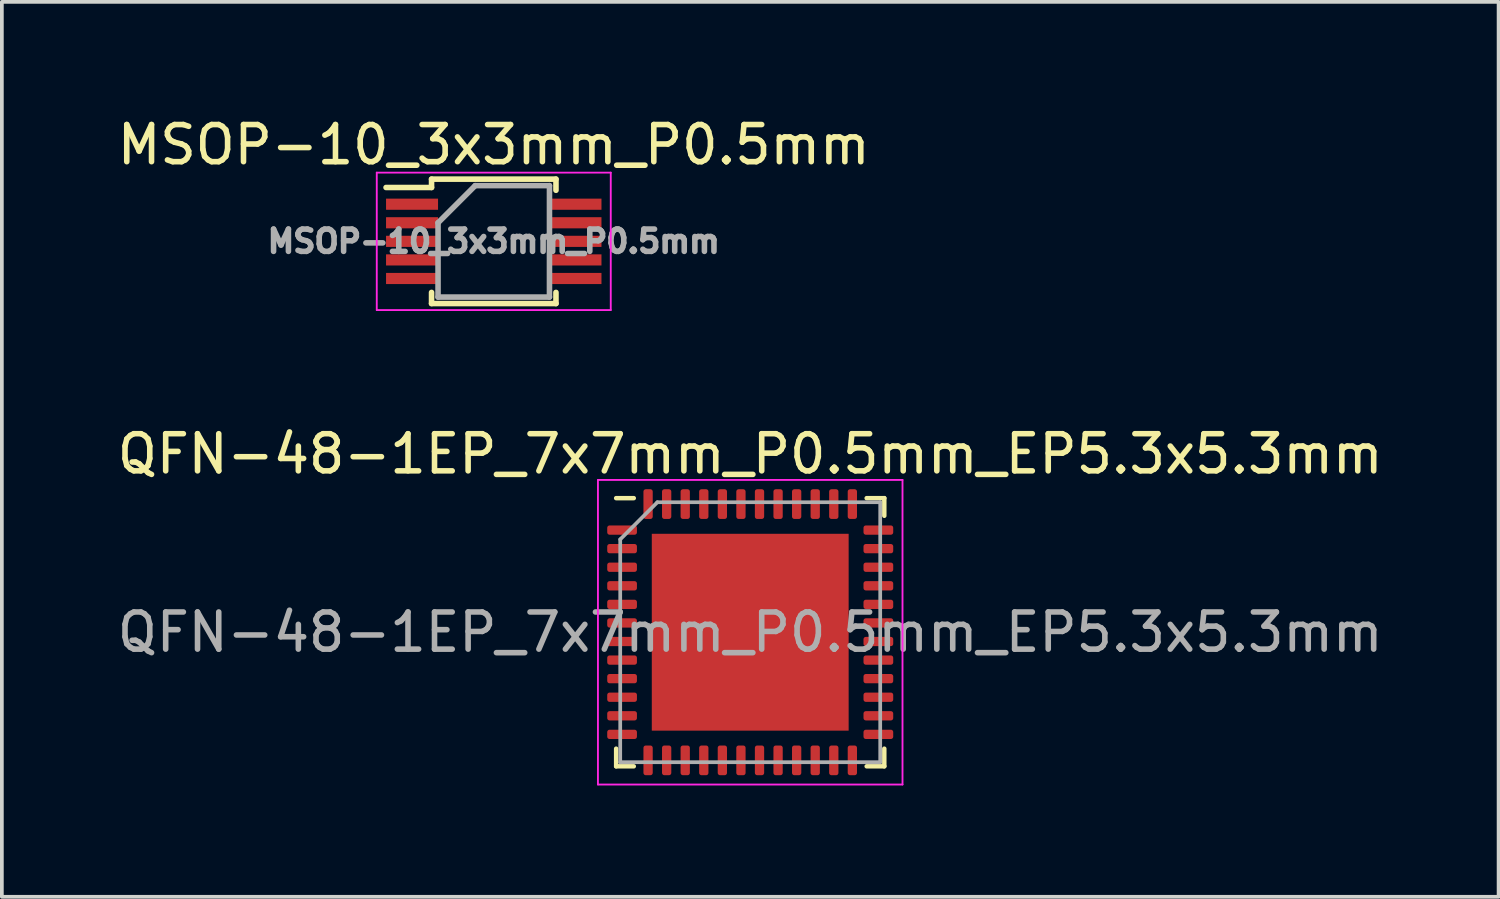
<source format=kicad_pcb>
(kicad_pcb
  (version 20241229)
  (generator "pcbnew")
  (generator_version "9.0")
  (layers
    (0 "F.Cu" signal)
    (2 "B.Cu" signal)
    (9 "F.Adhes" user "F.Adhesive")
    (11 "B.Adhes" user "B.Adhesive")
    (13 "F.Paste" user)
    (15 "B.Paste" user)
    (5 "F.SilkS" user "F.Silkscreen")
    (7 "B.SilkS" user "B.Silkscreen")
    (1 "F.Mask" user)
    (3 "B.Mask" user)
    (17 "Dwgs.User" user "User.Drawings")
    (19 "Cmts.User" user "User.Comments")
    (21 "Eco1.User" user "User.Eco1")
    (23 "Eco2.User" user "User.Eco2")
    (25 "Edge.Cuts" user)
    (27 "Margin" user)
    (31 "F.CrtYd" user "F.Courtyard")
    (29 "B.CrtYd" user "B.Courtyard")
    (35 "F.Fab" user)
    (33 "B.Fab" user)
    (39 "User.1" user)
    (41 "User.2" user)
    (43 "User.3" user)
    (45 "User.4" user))
  (footprint "MSOP-10_3x3mm_P0.5mm"
    (layer "F.Cu")
    (at 10.244 3.448)
    (property "Reference" "MSOP-10_3x3mm_P0.5mm" (at 0 -2.6 0) (layer "F.SilkS") (effects (font (size 1 1) (thickness 0.15))))
    (attr smd)
    (fp_line (start -1.675 -1.675) (end -1.675 -1.45) (stroke (width 0.15) (type solid)) (layer "F.SilkS"))
    (fp_line (start -1.675 -1.675) (end 1.675 -1.675) (stroke (width 0.15) (type solid)) (layer "F.SilkS"))
    (fp_line (start -1.675 -1.45) (end -2.9 -1.45) (stroke (width 0.15) (type solid)) (layer "F.SilkS"))
    (fp_line (start -1.675 1.675) (end -1.675 1.375) (stroke (width 0.15) (type solid)) (layer "F.SilkS"))
    (fp_line (start -1.675 1.675) (end 1.675 1.675) (stroke (width 0.15) (type solid)) (layer "F.SilkS"))
    (fp_line (start 1.675 -1.675) (end 1.675 -1.375) (stroke (width 0.15) (type solid)) (layer "F.SilkS"))
    (fp_line (start 1.675 1.675) (end 1.675 1.375) (stroke (width 0.15) (type solid)) (layer "F.SilkS"))
    (fp_line (start -3.15 -1.85) (end -3.15 1.85) (stroke (width 0.05) (type solid)) (layer "F.CrtYd"))
    (fp_line (start -3.15 -1.85) (end 3.15 -1.85) (stroke (width 0.05) (type solid)) (layer "F.CrtYd"))
    (fp_line (start -3.15 1.85) (end 3.15 1.85) (stroke (width 0.05) (type solid)) (layer "F.CrtYd"))
    (fp_line (start 3.15 -1.85) (end 3.15 1.85) (stroke (width 0.05) (type solid)) (layer "F.CrtYd"))
    (fp_line (start -1.5 -0.5) (end -0.5 -1.5) (stroke (width 0.15) (type solid)) (layer "F.Fab"))
    (fp_line (start -1.5 1.5) (end -1.5 -0.5) (stroke (width 0.15) (type solid)) (layer "F.Fab"))
    (fp_line (start -0.5 -1.5) (end 1.5 -1.5) (stroke (width 0.15) (type solid)) (layer "F.Fab"))
    (fp_line (start 1.5 -1.5) (end 1.5 1.5) (stroke (width 0.15) (type solid)) (layer "F.Fab"))
    (fp_line (start 1.5 1.5) (end -1.5 1.5) (stroke (width 0.15) (type solid)) (layer "F.Fab"))
    (fp_text user "${REFERENCE}" (at 0 0 0) (layer "F.Fab") (effects (font (size 0.6 0.6) (thickness 0.15))))
    (pad "1" smd rect (at -2.2 -1) (size 1.4 0.3) (layers "F.Cu" "F.Mask" "F.Paste"))
    (pad "2" smd rect (at -2.2 -0.5) (size 1.4 0.3) (layers "F.Cu" "F.Mask" "F.Paste"))
    (pad "3" smd rect (at -2.2 0) (size 1.4 0.3) (layers "F.Cu" "F.Mask" "F.Paste"))
    (pad "4" smd rect (at -2.2 0.5) (size 1.4 0.3) (layers "F.Cu" "F.Mask" "F.Paste"))
    (pad "5" smd rect (at -2.2 1) (size 1.4 0.3) (layers "F.Cu" "F.Mask" "F.Paste"))
    (pad "6" smd rect (at 2.2 1) (size 1.4 0.3) (layers "F.Cu" "F.Mask" "F.Paste"))
    (pad "7" smd rect (at 2.2 0.5) (size 1.4 0.3) (layers "F.Cu" "F.Mask" "F.Paste"))
    (pad "8" smd rect (at 2.2 0) (size 1.4 0.3) (layers "F.Cu" "F.Mask" "F.Paste"))
    (pad "9" smd rect (at 2.2 -0.5) (size 1.4 0.3) (layers "F.Cu" "F.Mask" "F.Paste"))
    (pad "10" smd rect (at 2.2 -1) (size 1.4 0.3) (layers "F.Cu" "F.Mask" "F.Paste")))
  (footprint "QFN-48-1EP_7x7mm_P0.5mm_EP5.3x5.3mm"
    (layer "F.Cu")
    (at 17.149 13.972)
    (property "Reference" "QFN-48-1EP_7x7mm_P0.5mm_EP5.3x5.3mm" (at 0 -4.8 0) (layer "F.SilkS") (effects (font (size 1 1) (thickness 0.15))))
    (attr smd)
    (fp_line (start -3.61 3.61) (end -3.61 3.135) (stroke (width 0.12) (type solid)) (layer "F.SilkS"))
    (fp_line (start -3.135 -3.61) (end -3.61 -3.61) (stroke (width 0.12) (type solid)) (layer "F.SilkS"))
    (fp_line (start -3.135 3.61) (end -3.61 3.61) (stroke (width 0.12) (type solid)) (layer "F.SilkS"))
    (fp_line (start 3.135 -3.61) (end 3.61 -3.61) (stroke (width 0.12) (type solid)) (layer "F.SilkS"))
    (fp_line (start 3.135 3.61) (end 3.61 3.61) (stroke (width 0.12) (type solid)) (layer "F.SilkS"))
    (fp_line (start 3.61 -3.61) (end 3.61 -3.135) (stroke (width 0.12) (type solid)) (layer "F.SilkS"))
    (fp_line (start 3.61 3.61) (end 3.61 3.135) (stroke (width 0.12) (type solid)) (layer "F.SilkS"))
    (fp_line (start -4.1 -4.1) (end -4.1 4.1) (stroke (width 0.05) (type solid)) (layer "F.CrtYd"))
    (fp_line (start -4.1 4.1) (end 4.1 4.1) (stroke (width 0.05) (type solid)) (layer "F.CrtYd"))
    (fp_line (start 4.1 -4.1) (end -4.1 -4.1) (stroke (width 0.05) (type solid)) (layer "F.CrtYd"))
    (fp_line (start 4.1 4.1) (end 4.1 -4.1) (stroke (width 0.05) (type solid)) (layer "F.CrtYd"))
    (fp_line (start -3.5 -2.5) (end -2.5 -3.5) (stroke (width 0.1) (type solid)) (layer "F.Fab"))
    (fp_line (start -3.5 3.5) (end -3.5 -2.5) (stroke (width 0.1) (type solid)) (layer "F.Fab"))
    (fp_line (start -2.5 -3.5) (end 3.5 -3.5) (stroke (width 0.1) (type solid)) (layer "F.Fab"))
    (fp_line (start 3.5 -3.5) (end 3.5 3.5) (stroke (width 0.1) (type solid)) (layer "F.Fab"))
    (fp_line (start 3.5 3.5) (end -3.5 3.5) (stroke (width 0.1) (type solid)) (layer "F.Fab"))
    (fp_text user "${REFERENCE}" (at 0 0 0) (layer "F.Fab") (effects (font (size 1 1) (thickness 0.15))))
    (pad "" smd roundrect (at -1.98 -1.98) (size 1.07 1.07) (layers "F.Paste") (roundrect_rratio 0.234))
    (pad "" smd roundrect (at -1.98 -0.66) (size 1.07 1.07) (layers "F.Paste") (roundrect_rratio 0.234))
    (pad "" smd roundrect (at -1.98 0.66) (size 1.07 1.07) (layers "F.Paste") (roundrect_rratio 0.234))
    (pad "" smd roundrect (at -1.98 1.98) (size 1.07 1.07) (layers "F.Paste") (roundrect_rratio 0.234))
    (pad "" smd roundrect (at -0.66 -1.98) (size 1.07 1.07) (layers "F.Paste") (roundrect_rratio 0.234))
    (pad "" smd roundrect (at -0.66 -0.66) (size 1.07 1.07) (layers "F.Paste") (roundrect_rratio 0.234))
    (pad "" smd roundrect (at -0.66 0.66) (size 1.07 1.07) (layers "F.Paste") (roundrect_rratio 0.234))
    (pad "" smd roundrect (at -0.66 1.98) (size 1.07 1.07) (layers "F.Paste") (roundrect_rratio 0.234))
    (pad "" smd roundrect (at 0.66 -1.98) (size 1.07 1.07) (layers "F.Paste") (roundrect_rratio 0.234))
    (pad "" smd roundrect (at 0.66 -0.66) (size 1.07 1.07) (layers "F.Paste") (roundrect_rratio 0.234))
    (pad "" smd roundrect (at 0.66 0.66) (size 1.07 1.07) (layers "F.Paste") (roundrect_rratio 0.234))
    (pad "" smd roundrect (at 0.66 1.98) (size 1.07 1.07) (layers "F.Paste") (roundrect_rratio 0.234))
    (pad "" smd roundrect (at 1.98 -1.98) (size 1.07 1.07) (layers "F.Paste") (roundrect_rratio 0.234))
    (pad "" smd roundrect (at 1.98 -0.66) (size 1.07 1.07) (layers "F.Paste") (roundrect_rratio 0.234))
    (pad "" smd roundrect (at 1.98 0.66) (size 1.07 1.07) (layers "F.Paste") (roundrect_rratio 0.234))
    (pad "" smd roundrect (at 1.98 1.98) (size 1.07 1.07) (layers "F.Paste") (roundrect_rratio 0.234))
    (pad "1" smd roundrect (at -3.45 -2.75) (size 0.8 0.25) (layers "F.Cu" "F.Mask" "F.Paste") (roundrect_rratio 0.25))
    (pad "2" smd roundrect (at -3.45 -2.25) (size 0.8 0.25) (layers "F.Cu" "F.Mask" "F.Paste") (roundrect_rratio 0.25))
    (pad "3" smd roundrect (at -3.45 -1.75) (size 0.8 0.25) (layers "F.Cu" "F.Mask" "F.Paste") (roundrect_rratio 0.25))
    (pad "4" smd roundrect (at -3.45 -1.25) (size 0.8 0.25) (layers "F.Cu" "F.Mask" "F.Paste") (roundrect_rratio 0.25))
    (pad "5" smd roundrect (at -3.45 -0.75) (size 0.8 0.25) (layers "F.Cu" "F.Mask" "F.Paste") (roundrect_rratio 0.25))
    (pad "6" smd roundrect (at -3.45 -0.25) (size 0.8 0.25) (layers "F.Cu" "F.Mask" "F.Paste") (roundrect_rratio 0.25))
    (pad "7" smd roundrect (at -3.45 0.25) (size 0.8 0.25) (layers "F.Cu" "F.Mask" "F.Paste") (roundrect_rratio 0.25))
    (pad "8" smd roundrect (at -3.45 0.75) (size 0.8 0.25) (layers "F.Cu" "F.Mask" "F.Paste") (roundrect_rratio 0.25))
    (pad "9" smd roundrect (at -3.45 1.25) (size 0.8 0.25) (layers "F.Cu" "F.Mask" "F.Paste") (roundrect_rratio 0.25))
    (pad "10" smd roundrect (at -3.45 1.75) (size 0.8 0.25) (layers "F.Cu" "F.Mask" "F.Paste") (roundrect_rratio 0.25))
    (pad "11" smd roundrect (at -3.45 2.25) (size 0.8 0.25) (layers "F.Cu" "F.Mask" "F.Paste") (roundrect_rratio 0.25))
    (pad "12" smd roundrect (at -3.45 2.75) (size 0.8 0.25) (layers "F.Cu" "F.Mask" "F.Paste") (roundrect_rratio 0.25))
    (pad "13" smd roundrect (at -2.75 3.45) (size 0.25 0.8) (layers "F.Cu" "F.Mask" "F.Paste") (roundrect_rratio 0.25))
    (pad "14" smd roundrect (at -2.25 3.45) (size 0.25 0.8) (layers "F.Cu" "F.Mask" "F.Paste") (roundrect_rratio 0.25))
    (pad "15" smd roundrect (at -1.75 3.45) (size 0.25 0.8) (layers "F.Cu" "F.Mask" "F.Paste") (roundrect_rratio 0.25))
    (pad "16" smd roundrect (at -1.25 3.45) (size 0.25 0.8) (layers "F.Cu" "F.Mask" "F.Paste") (roundrect_rratio 0.25))
    (pad "17" smd roundrect (at -0.75 3.45) (size 0.25 0.8) (layers "F.Cu" "F.Mask" "F.Paste") (roundrect_rratio 0.25))
    (pad "18" smd roundrect (at -0.25 3.45) (size 0.25 0.8) (layers "F.Cu" "F.Mask" "F.Paste") (roundrect_rratio 0.25))
    (pad "19" smd roundrect (at 0.25 3.45) (size 0.25 0.8) (layers "F.Cu" "F.Mask" "F.Paste") (roundrect_rratio 0.25))
    (pad "20" smd roundrect (at 0.75 3.45) (size 0.25 0.8) (layers "F.Cu" "F.Mask" "F.Paste") (roundrect_rratio 0.25))
    (pad "21" smd roundrect (at 1.25 3.45) (size 0.25 0.8) (layers "F.Cu" "F.Mask" "F.Paste") (roundrect_rratio 0.25))
    (pad "22" smd roundrect (at 1.75 3.45) (size 0.25 0.8) (layers "F.Cu" "F.Mask" "F.Paste") (roundrect_rratio 0.25))
    (pad "23" smd roundrect (at 2.25 3.45) (size 0.25 0.8) (layers "F.Cu" "F.Mask" "F.Paste") (roundrect_rratio 0.25))
    (pad "24" smd roundrect (at 2.75 3.45) (size 0.25 0.8) (layers "F.Cu" "F.Mask" "F.Paste") (roundrect_rratio 0.25))
    (pad "25" smd roundrect (at 3.45 2.75) (size 0.8 0.25) (layers "F.Cu" "F.Mask" "F.Paste") (roundrect_rratio 0.25))
    (pad "26" smd roundrect (at 3.45 2.25) (size 0.8 0.25) (layers "F.Cu" "F.Mask" "F.Paste") (roundrect_rratio 0.25))
    (pad "27" smd roundrect (at 3.45 1.75) (size 0.8 0.25) (layers "F.Cu" "F.Mask" "F.Paste") (roundrect_rratio 0.25))
    (pad "28" smd roundrect (at 3.45 1.25) (size 0.8 0.25) (layers "F.Cu" "F.Mask" "F.Paste") (roundrect_rratio 0.25))
    (pad "29" smd roundrect (at 3.45 0.75) (size 0.8 0.25) (layers "F.Cu" "F.Mask" "F.Paste") (roundrect_rratio 0.25))
    (pad "30" smd roundrect (at 3.45 0.25) (size 0.8 0.25) (layers "F.Cu" "F.Mask" "F.Paste") (roundrect_rratio 0.25))
    (pad "31" smd roundrect (at 3.45 -0.25) (size 0.8 0.25) (layers "F.Cu" "F.Mask" "F.Paste") (roundrect_rratio 0.25))
    (pad "32" smd roundrect (at 3.45 -0.75) (size 0.8 0.25) (layers "F.Cu" "F.Mask" "F.Paste") (roundrect_rratio 0.25))
    (pad "33" smd roundrect (at 3.45 -1.25) (size 0.8 0.25) (layers "F.Cu" "F.Mask" "F.Paste") (roundrect_rratio 0.25))
    (pad "34" smd roundrect (at 3.45 -1.75) (size 0.8 0.25) (layers "F.Cu" "F.Mask" "F.Paste") (roundrect_rratio 0.25))
    (pad "35" smd roundrect (at 3.45 -2.25) (size 0.8 0.25) (layers "F.Cu" "F.Mask" "F.Paste") (roundrect_rratio 0.25))
    (pad "36" smd roundrect (at 3.45 -2.75) (size 0.8 0.25) (layers "F.Cu" "F.Mask" "F.Paste") (roundrect_rratio 0.25))
    (pad "37" smd roundrect (at 2.75 -3.45) (size 0.25 0.8) (layers "F.Cu" "F.Mask" "F.Paste") (roundrect_rratio 0.25))
    (pad "38" smd roundrect (at 2.25 -3.45) (size 0.25 0.8) (layers "F.Cu" "F.Mask" "F.Paste") (roundrect_rratio 0.25))
    (pad "39" smd roundrect (at 1.75 -3.45) (size 0.25 0.8) (layers "F.Cu" "F.Mask" "F.Paste") (roundrect_rratio 0.25))
    (pad "40" smd roundrect (at 1.25 -3.45) (size 0.25 0.8) (layers "F.Cu" "F.Mask" "F.Paste") (roundrect_rratio 0.25))
    (pad "41" smd roundrect (at 0.75 -3.45) (size 0.25 0.8) (layers "F.Cu" "F.Mask" "F.Paste") (roundrect_rratio 0.25))
    (pad "42" smd roundrect (at 0.25 -3.45) (size 0.25 0.8) (layers "F.Cu" "F.Mask" "F.Paste") (roundrect_rratio 0.25))
    (pad "43" smd roundrect (at -0.25 -3.45) (size 0.25 0.8) (layers "F.Cu" "F.Mask" "F.Paste") (roundrect_rratio 0.25))
    (pad "44" smd roundrect (at -0.75 -3.45) (size 0.25 0.8) (layers "F.Cu" "F.Mask" "F.Paste") (roundrect_rratio 0.25))
    (pad "45" smd roundrect (at -1.25 -3.45) (size 0.25 0.8) (layers "F.Cu" "F.Mask" "F.Paste") (roundrect_rratio 0.25))
    (pad "46" smd roundrect (at -1.75 -3.45) (size 0.25 0.8) (layers "F.Cu" "F.Mask" "F.Paste") (roundrect_rratio 0.25))
    (pad "47" smd roundrect (at -2.25 -3.45) (size 0.25 0.8) (layers "F.Cu" "F.Mask" "F.Paste") (roundrect_rratio 0.25))
    (pad "48" smd roundrect (at -2.75 -3.45) (size 0.25 0.8) (layers "F.Cu" "F.Mask" "F.Paste") (roundrect_rratio 0.25))
    (pad "49" smd rect (at 0 0) (size 5.3 5.3) (layers "F.Cu" "F.Mask")))
  (gr_rect
    (start -3 -3)
    (end 37.298 21.096)
    (stroke (width 0.1) (type default))
    (fill no)
    (layer "Edge.Cuts")))
</source>
